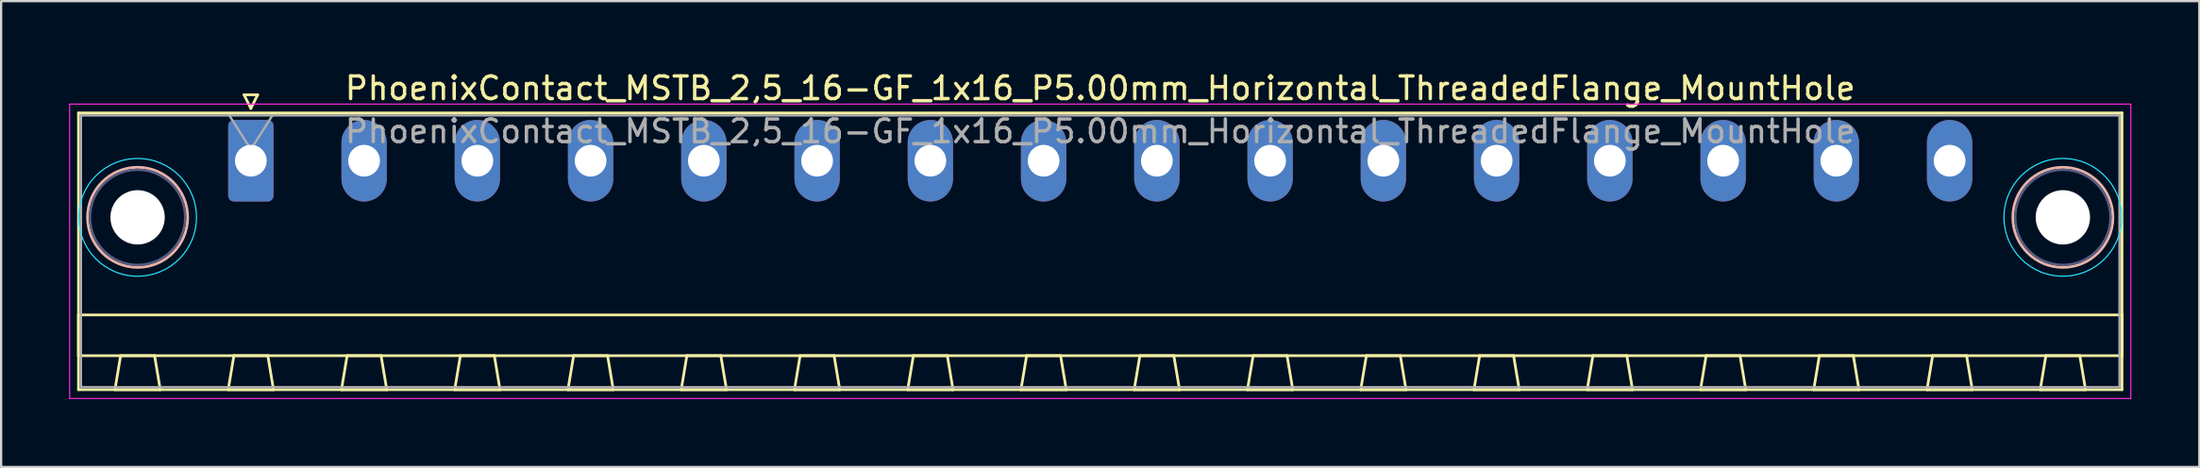
<source format=kicad_pcb>
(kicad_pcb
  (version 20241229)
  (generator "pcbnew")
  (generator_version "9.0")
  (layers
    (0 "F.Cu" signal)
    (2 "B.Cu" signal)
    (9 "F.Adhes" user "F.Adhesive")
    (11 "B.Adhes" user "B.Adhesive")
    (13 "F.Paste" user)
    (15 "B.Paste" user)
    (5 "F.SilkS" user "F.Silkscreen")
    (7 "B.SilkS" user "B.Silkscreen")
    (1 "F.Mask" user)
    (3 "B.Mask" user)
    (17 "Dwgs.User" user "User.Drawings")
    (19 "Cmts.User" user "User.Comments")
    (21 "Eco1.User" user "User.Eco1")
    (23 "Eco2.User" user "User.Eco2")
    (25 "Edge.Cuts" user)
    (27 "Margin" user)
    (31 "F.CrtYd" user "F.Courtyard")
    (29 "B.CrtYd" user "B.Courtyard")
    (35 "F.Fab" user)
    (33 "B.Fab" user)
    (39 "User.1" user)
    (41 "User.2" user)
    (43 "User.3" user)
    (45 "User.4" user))
  (footprint "PhoenixContact_MSTB_2,5_16-GF_1x16_P5.00mm_Horizontal_ThreadedFlange_MountHole"
    (layer "F.Cu")
    (at 8.025 4.048)
    (property "Reference" "PhoenixContact_MSTB_2,5_16-GF_1x16_P5.00mm_Horizontal_ThreadedFlange_MountHole" (at 37.5 -3.2 0) (layer "F.SilkS") (effects (font (size 1 1) (thickness 0.15))))
    (attr through_hole)
    (fp_line (start -7.61 -2.11) (end -7.61 10.11) (stroke (width 0.12) (type solid)) (layer "F.SilkS"))
    (fp_line (start -7.61 6.81) (end 82.61 6.81) (stroke (width 0.12) (type solid)) (layer "F.SilkS"))
    (fp_line (start -7.61 8.61) (end -7.61 6.81) (stroke (width 0.12) (type solid)) (layer "F.SilkS"))
    (fp_line (start -7.61 10.11) (end 82.61 10.11) (stroke (width 0.12) (type solid)) (layer "F.SilkS"))
    (fp_line (start -6 10.11) (end -4 10.11) (stroke (width 0.12) (type solid)) (layer "F.SilkS"))
    (fp_line (start -5.75 8.61) (end -6 10.11) (stroke (width 0.12) (type solid)) (layer "F.SilkS"))
    (fp_line (start -4.25 8.61) (end -5.75 8.61) (stroke (width 0.12) (type solid)) (layer "F.SilkS"))
    (fp_line (start -4 10.11) (end -4.25 8.61) (stroke (width 0.12) (type solid)) (layer "F.SilkS"))
    (fp_line (start -1 10.11) (end 1 10.11) (stroke (width 0.12) (type solid)) (layer "F.SilkS"))
    (fp_line (start -0.75 8.61) (end -1 10.11) (stroke (width 0.12) (type solid)) (layer "F.SilkS"))
    (fp_line (start -0.3 -2.91) (end 0.3 -2.91) (stroke (width 0.12) (type solid)) (layer "F.SilkS"))
    (fp_line (start 0 -2.31) (end -0.3 -2.91) (stroke (width 0.12) (type solid)) (layer "F.SilkS"))
    (fp_line (start 0.3 -2.91) (end 0 -2.31) (stroke (width 0.12) (type solid)) (layer "F.SilkS"))
    (fp_line (start 0.75 8.61) (end -0.75 8.61) (stroke (width 0.12) (type solid)) (layer "F.SilkS"))
    (fp_line (start 1 10.11) (end 0.75 8.61) (stroke (width 0.12) (type solid)) (layer "F.SilkS"))
    (fp_line (start 4 10.11) (end 6 10.11) (stroke (width 0.12) (type solid)) (layer "F.SilkS"))
    (fp_line (start 4.25 8.61) (end 4 10.11) (stroke (width 0.12) (type solid)) (layer "F.SilkS"))
    (fp_line (start 5.75 8.61) (end 4.25 8.61) (stroke (width 0.12) (type solid)) (layer "F.SilkS"))
    (fp_line (start 6 10.11) (end 5.75 8.61) (stroke (width 0.12) (type solid)) (layer "F.SilkS"))
    (fp_line (start 9 10.11) (end 11 10.11) (stroke (width 0.12) (type solid)) (layer "F.SilkS"))
    (fp_line (start 9.25 8.61) (end 9 10.11) (stroke (width 0.12) (type solid)) (layer "F.SilkS"))
    (fp_line (start 10.75 8.61) (end 9.25 8.61) (stroke (width 0.12) (type solid)) (layer "F.SilkS"))
    (fp_line (start 11 10.11) (end 10.75 8.61) (stroke (width 0.12) (type solid)) (layer "F.SilkS"))
    (fp_line (start 14 10.11) (end 16 10.11) (stroke (width 0.12) (type solid)) (layer "F.SilkS"))
    (fp_line (start 14.25 8.61) (end 14 10.11) (stroke (width 0.12) (type solid)) (layer "F.SilkS"))
    (fp_line (start 15.75 8.61) (end 14.25 8.61) (stroke (width 0.12) (type solid)) (layer "F.SilkS"))
    (fp_line (start 16 10.11) (end 15.75 8.61) (stroke (width 0.12) (type solid)) (layer "F.SilkS"))
    (fp_line (start 19 10.11) (end 21 10.11) (stroke (width 0.12) (type solid)) (layer "F.SilkS"))
    (fp_line (start 19.25 8.61) (end 19 10.11) (stroke (width 0.12) (type solid)) (layer "F.SilkS"))
    (fp_line (start 20.75 8.61) (end 19.25 8.61) (stroke (width 0.12) (type solid)) (layer "F.SilkS"))
    (fp_line (start 21 10.11) (end 20.75 8.61) (stroke (width 0.12) (type solid)) (layer "F.SilkS"))
    (fp_line (start 24 10.11) (end 26 10.11) (stroke (width 0.12) (type solid)) (layer "F.SilkS"))
    (fp_line (start 24.25 8.61) (end 24 10.11) (stroke (width 0.12) (type solid)) (layer "F.SilkS"))
    (fp_line (start 25.75 8.61) (end 24.25 8.61) (stroke (width 0.12) (type solid)) (layer "F.SilkS"))
    (fp_line (start 26 10.11) (end 25.75 8.61) (stroke (width 0.12) (type solid)) (layer "F.SilkS"))
    (fp_line (start 29 10.11) (end 31 10.11) (stroke (width 0.12) (type solid)) (layer "F.SilkS"))
    (fp_line (start 29.25 8.61) (end 29 10.11) (stroke (width 0.12) (type solid)) (layer "F.SilkS"))
    (fp_line (start 30.75 8.61) (end 29.25 8.61) (stroke (width 0.12) (type solid)) (layer "F.SilkS"))
    (fp_line (start 31 10.11) (end 30.75 8.61) (stroke (width 0.12) (type solid)) (layer "F.SilkS"))
    (fp_line (start 34 10.11) (end 36 10.11) (stroke (width 0.12) (type solid)) (layer "F.SilkS"))
    (fp_line (start 34.25 8.61) (end 34 10.11) (stroke (width 0.12) (type solid)) (layer "F.SilkS"))
    (fp_line (start 35.75 8.61) (end 34.25 8.61) (stroke (width 0.12) (type solid)) (layer "F.SilkS"))
    (fp_line (start 36 10.11) (end 35.75 8.61) (stroke (width 0.12) (type solid)) (layer "F.SilkS"))
    (fp_line (start 39 10.11) (end 41 10.11) (stroke (width 0.12) (type solid)) (layer "F.SilkS"))
    (fp_line (start 39.25 8.61) (end 39 10.11) (stroke (width 0.12) (type solid)) (layer "F.SilkS"))
    (fp_line (start 40.75 8.61) (end 39.25 8.61) (stroke (width 0.12) (type solid)) (layer "F.SilkS"))
    (fp_line (start 41 10.11) (end 40.75 8.61) (stroke (width 0.12) (type solid)) (layer "F.SilkS"))
    (fp_line (start 44 10.11) (end 46 10.11) (stroke (width 0.12) (type solid)) (layer "F.SilkS"))
    (fp_line (start 44.25 8.61) (end 44 10.11) (stroke (width 0.12) (type solid)) (layer "F.SilkS"))
    (fp_line (start 45.75 8.61) (end 44.25 8.61) (stroke (width 0.12) (type solid)) (layer "F.SilkS"))
    (fp_line (start 46 10.11) (end 45.75 8.61) (stroke (width 0.12) (type solid)) (layer "F.SilkS"))
    (fp_line (start 49 10.11) (end 51 10.11) (stroke (width 0.12) (type solid)) (layer "F.SilkS"))
    (fp_line (start 49.25 8.61) (end 49 10.11) (stroke (width 0.12) (type solid)) (layer "F.SilkS"))
    (fp_line (start 50.75 8.61) (end 49.25 8.61) (stroke (width 0.12) (type solid)) (layer "F.SilkS"))
    (fp_line (start 51 10.11) (end 50.75 8.61) (stroke (width 0.12) (type solid)) (layer "F.SilkS"))
    (fp_line (start 54 10.11) (end 56 10.11) (stroke (width 0.12) (type solid)) (layer "F.SilkS"))
    (fp_line (start 54.25 8.61) (end 54 10.11) (stroke (width 0.12) (type solid)) (layer "F.SilkS"))
    (fp_line (start 55.75 8.61) (end 54.25 8.61) (stroke (width 0.12) (type solid)) (layer "F.SilkS"))
    (fp_line (start 56 10.11) (end 55.75 8.61) (stroke (width 0.12) (type solid)) (layer "F.SilkS"))
    (fp_line (start 59 10.11) (end 61 10.11) (stroke (width 0.12) (type solid)) (layer "F.SilkS"))
    (fp_line (start 59.25 8.61) (end 59 10.11) (stroke (width 0.12) (type solid)) (layer "F.SilkS"))
    (fp_line (start 60.75 8.61) (end 59.25 8.61) (stroke (width 0.12) (type solid)) (layer "F.SilkS"))
    (fp_line (start 61 10.11) (end 60.75 8.61) (stroke (width 0.12) (type solid)) (layer "F.SilkS"))
    (fp_line (start 64 10.11) (end 66 10.11) (stroke (width 0.12) (type solid)) (layer "F.SilkS"))
    (fp_line (start 64.25 8.61) (end 64 10.11) (stroke (width 0.12) (type solid)) (layer "F.SilkS"))
    (fp_line (start 65.75 8.61) (end 64.25 8.61) (stroke (width 0.12) (type solid)) (layer "F.SilkS"))
    (fp_line (start 66 10.11) (end 65.75 8.61) (stroke (width 0.12) (type solid)) (layer "F.SilkS"))
    (fp_line (start 69 10.11) (end 71 10.11) (stroke (width 0.12) (type solid)) (layer "F.SilkS"))
    (fp_line (start 69.25 8.61) (end 69 10.11) (stroke (width 0.12) (type solid)) (layer "F.SilkS"))
    (fp_line (start 70.75 8.61) (end 69.25 8.61) (stroke (width 0.12) (type solid)) (layer "F.SilkS"))
    (fp_line (start 71 10.11) (end 70.75 8.61) (stroke (width 0.12) (type solid)) (layer "F.SilkS"))
    (fp_line (start 74 10.11) (end 76 10.11) (stroke (width 0.12) (type solid)) (layer "F.SilkS"))
    (fp_line (start 74.25 8.61) (end 74 10.11) (stroke (width 0.12) (type solid)) (layer "F.SilkS"))
    (fp_line (start 75.75 8.61) (end 74.25 8.61) (stroke (width 0.12) (type solid)) (layer "F.SilkS"))
    (fp_line (start 76 10.11) (end 75.75 8.61) (stroke (width 0.12) (type solid)) (layer "F.SilkS"))
    (fp_line (start 79 10.11) (end 81 10.11) (stroke (width 0.12) (type solid)) (layer "F.SilkS"))
    (fp_line (start 79.25 8.61) (end 79 10.11) (stroke (width 0.12) (type solid)) (layer "F.SilkS"))
    (fp_line (start 80.75 8.61) (end 79.25 8.61) (stroke (width 0.12) (type solid)) (layer "F.SilkS"))
    (fp_line (start 81 10.11) (end 80.75 8.61) (stroke (width 0.12) (type solid)) (layer "F.SilkS"))
    (fp_line (start 82.61 -2.11) (end -7.61 -2.11) (stroke (width 0.12) (type solid)) (layer "F.SilkS"))
    (fp_line (start 82.61 6.81) (end 82.61 8.61) (stroke (width 0.12) (type solid)) (layer "F.SilkS"))
    (fp_line (start 82.61 8.61) (end -7.61 8.61) (stroke (width 0.12) (type solid)) (layer "F.SilkS"))
    (fp_line (start 82.61 10.11) (end 82.61 -2.11) (stroke (width 0.12) (type solid)) (layer "F.SilkS"))
    (fp_circle (center -5 2.5) (end -2.79 2.5) (stroke (width 0.12) (type solid)) (fill no) (layer "B.SilkS"))
    (fp_circle (center 80 2.5) (end 82.21 2.5) (stroke (width 0.12) (type solid)) (fill no) (layer "B.SilkS"))
    (fp_circle (center -5 2.5) (end -2.4 2.5) (stroke (width 0.05) (type solid)) (fill no) (layer "B.CrtYd"))
    (fp_circle (center 80 2.5) (end 82.6 2.5) (stroke (width 0.05) (type solid)) (fill no) (layer "B.CrtYd"))
    (fp_line (start -8 -2.5) (end -8 10.5) (stroke (width 0.05) (type solid)) (layer "F.CrtYd"))
    (fp_line (start -8 10.5) (end 83 10.5) (stroke (width 0.05) (type solid)) (layer "F.CrtYd"))
    (fp_line (start 83 -2.5) (end -8 -2.5) (stroke (width 0.05) (type solid)) (layer "F.CrtYd"))
    (fp_line (start 83 10.5) (end 83 -2.5) (stroke (width 0.05) (type solid)) (layer "F.CrtYd"))
    (fp_circle (center -5 2.5) (end -2.9 2.5) (stroke (width 0.1) (type solid)) (fill no) (layer "B.Fab"))
    (fp_circle (center 80 2.5) (end 82.1 2.5) (stroke (width 0.1) (type solid)) (fill no) (layer "B.Fab"))
    (fp_line (start -7.5 -2) (end -7.5 10) (stroke (width 0.1) (type solid)) (layer "F.Fab"))
    (fp_line (start -7.5 10) (end 82.5 10) (stroke (width 0.1) (type solid)) (layer "F.Fab"))
    (fp_line (start 0 -0.5) (end -0.95 -2) (stroke (width 0.1) (type solid)) (layer "F.Fab"))
    (fp_line (start 0.95 -2) (end 0 -0.5) (stroke (width 0.1) (type solid)) (layer "F.Fab"))
    (fp_line (start 82.5 -2) (end -7.5 -2) (stroke (width 0.1) (type solid)) (layer "F.Fab"))
    (fp_line (start 82.5 10) (end 82.5 -2) (stroke (width 0.1) (type solid)) (layer "F.Fab"))
    (fp_text user "${REFERENCE}" (at 37.5 -1.3 0) (layer "F.Fab") (effects (font (size 1 1) (thickness 0.15))))
    (pad "" np_thru_hole circle (at -5 2.5) (size 2.4 2.4) (drill 2.4) (layers "*.Cu" "*.Mask"))
    (pad "" np_thru_hole circle (at 80 2.5) (size 2.4 2.4) (drill 2.4) (layers "*.Cu" "*.Mask"))
    (pad "1" thru_hole roundrect (at 0 0) (size 2 3.6) (drill 1.4) (layers "*.Cu" "*.Mask") (roundrect_rratio 0.125))
    (pad "2" thru_hole oval (at 5 0) (size 2 3.6) (drill 1.4) (layers "*.Cu" "*.Mask"))
    (pad "3" thru_hole oval (at 10 0) (size 2 3.6) (drill 1.4) (layers "*.Cu" "*.Mask"))
    (pad "4" thru_hole oval (at 15 0) (size 2 3.6) (drill 1.4) (layers "*.Cu" "*.Mask"))
    (pad "5" thru_hole oval (at 20 0) (size 2 3.6) (drill 1.4) (layers "*.Cu" "*.Mask"))
    (pad "6" thru_hole oval (at 25 0) (size 2 3.6) (drill 1.4) (layers "*.Cu" "*.Mask"))
    (pad "7" thru_hole oval (at 30 0) (size 2 3.6) (drill 1.4) (layers "*.Cu" "*.Mask"))
    (pad "8" thru_hole oval (at 35 0) (size 2 3.6) (drill 1.4) (layers "*.Cu" "*.Mask"))
    (pad "9" thru_hole oval (at 40 0) (size 2 3.6) (drill 1.4) (layers "*.Cu" "*.Mask"))
    (pad "10" thru_hole oval (at 45 0) (size 2 3.6) (drill 1.4) (layers "*.Cu" "*.Mask"))
    (pad "11" thru_hole oval (at 50 0) (size 2 3.6) (drill 1.4) (layers "*.Cu" "*.Mask"))
    (pad "12" thru_hole oval (at 55 0) (size 2 3.6) (drill 1.4) (layers "*.Cu" "*.Mask"))
    (pad "13" thru_hole oval (at 60 0) (size 2 3.6) (drill 1.4) (layers "*.Cu" "*.Mask"))
    (pad "14" thru_hole oval (at 65 0) (size 2 3.6) (drill 1.4) (layers "*.Cu" "*.Mask"))
    (pad "15" thru_hole oval (at 70 0) (size 2 3.6) (drill 1.4) (layers "*.Cu" "*.Mask"))
    (pad "16" thru_hole oval (at 75 0) (size 2 3.6) (drill 1.4) (layers "*.Cu" "*.Mask")))
  (gr_rect
    (start -3 -3)
    (end 94.05 17.573)
    (stroke (width 0.1) (type default))
    (fill no)
    (layer "Edge.Cuts")))
</source>
